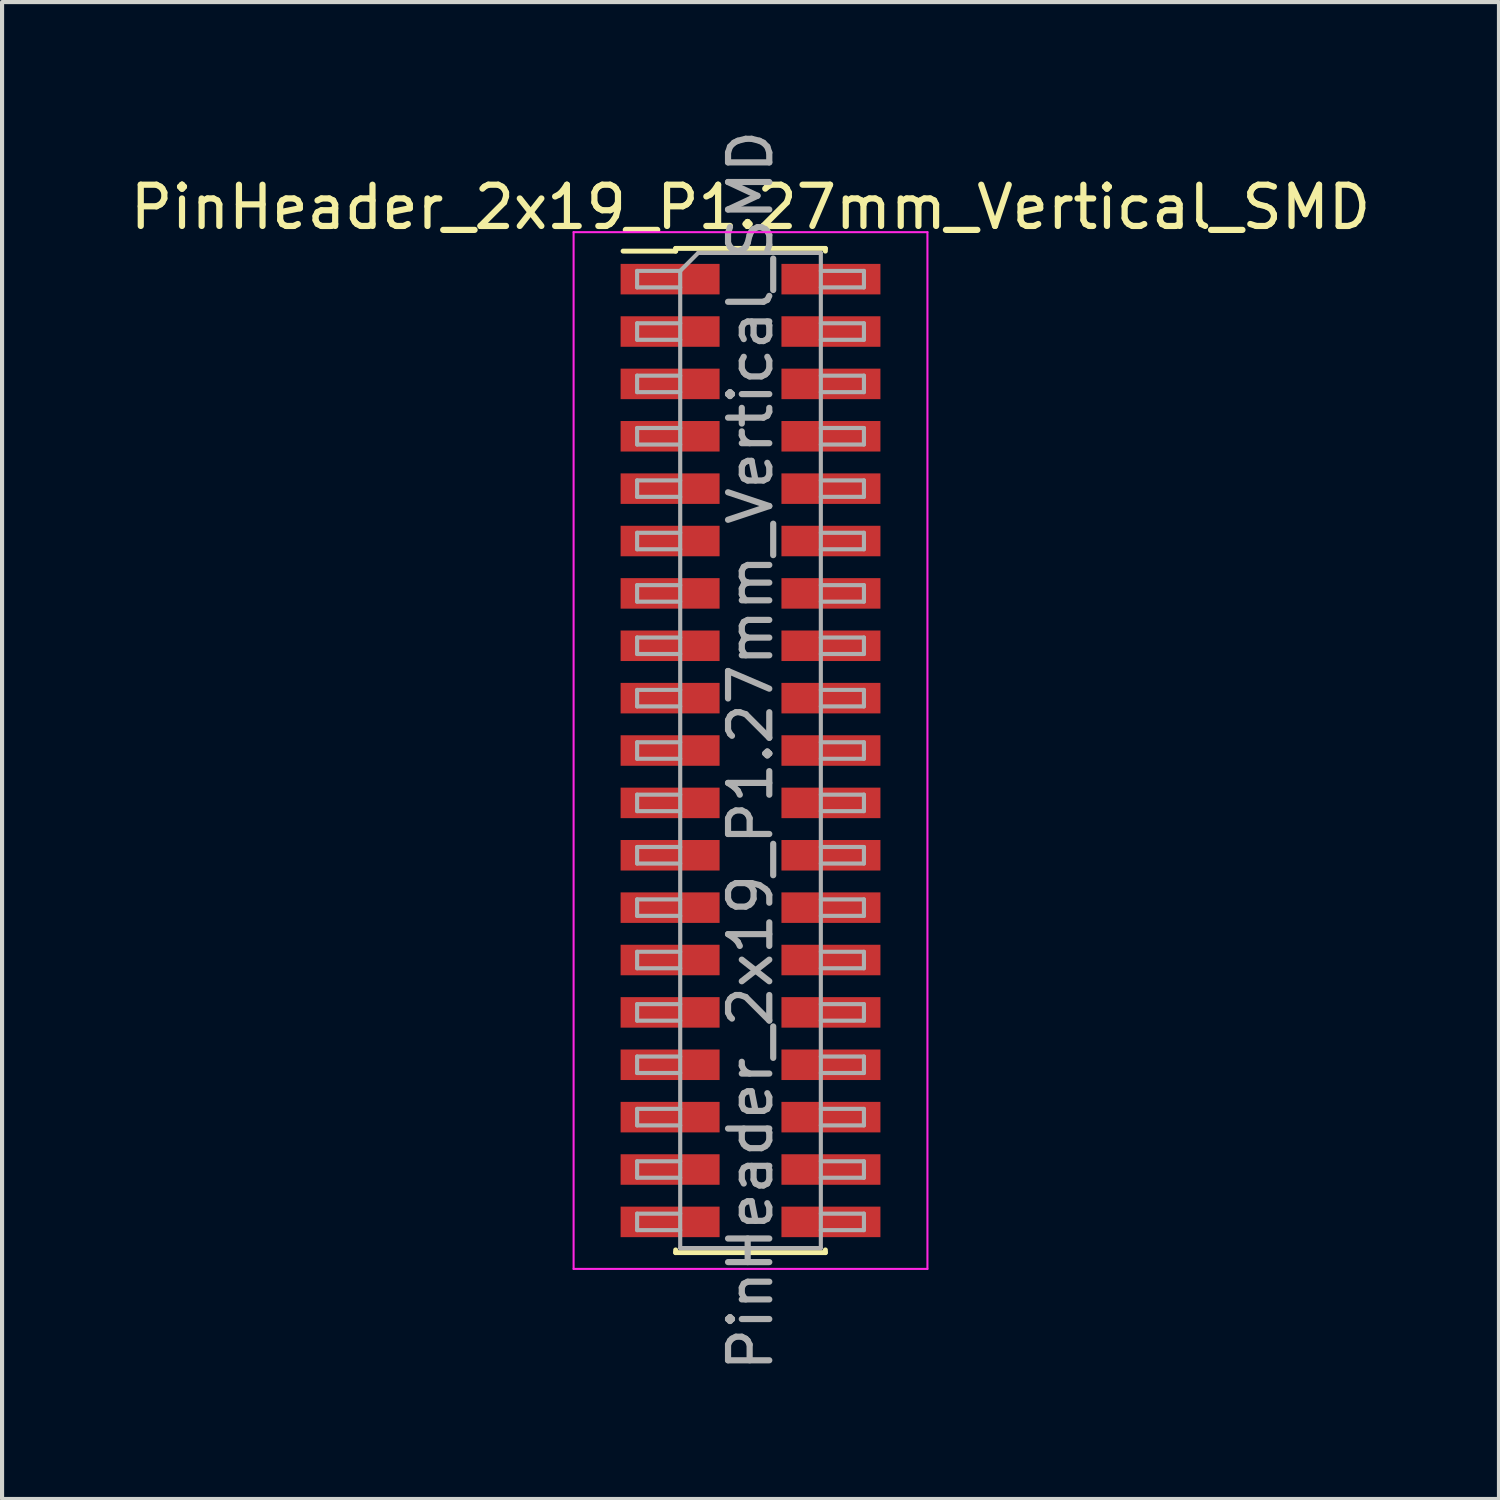
<source format=kicad_pcb>
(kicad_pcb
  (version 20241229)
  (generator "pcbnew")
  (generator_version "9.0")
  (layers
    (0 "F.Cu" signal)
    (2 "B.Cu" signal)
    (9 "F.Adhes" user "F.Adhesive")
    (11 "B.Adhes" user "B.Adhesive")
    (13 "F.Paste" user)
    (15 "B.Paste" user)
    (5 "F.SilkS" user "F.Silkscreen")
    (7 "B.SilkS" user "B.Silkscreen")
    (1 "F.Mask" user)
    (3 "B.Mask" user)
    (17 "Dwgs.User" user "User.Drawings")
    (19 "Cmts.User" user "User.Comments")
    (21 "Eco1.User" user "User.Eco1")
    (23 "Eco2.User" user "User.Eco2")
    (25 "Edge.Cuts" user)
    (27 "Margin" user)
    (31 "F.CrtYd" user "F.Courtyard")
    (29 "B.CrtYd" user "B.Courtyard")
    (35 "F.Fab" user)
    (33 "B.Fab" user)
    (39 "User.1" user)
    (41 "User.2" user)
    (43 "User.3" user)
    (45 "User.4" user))
  (footprint "PinHeader_2x19_P1.27mm_Vertical_SMD"
    (layer "F.Cu")
    (at 15.149 15.149)
    (property "Reference" "PinHeader_2x19_P1.27mm_Vertical_SMD" (at 0 -13.175 0) (layer "F.SilkS") (effects (font (size 1 1) (thickness 0.15))))
    (attr smd)
    (fp_line (start -3.09 -12.11) (end -1.815 -12.11) (stroke (width 0.12) (type solid)) (layer "F.SilkS"))
    (fp_line (start -1.815 -12.175) (end -1.815 -12.11) (stroke (width 0.12) (type solid)) (layer "F.SilkS"))
    (fp_line (start -1.815 -12.175) (end 1.815 -12.175) (stroke (width 0.12) (type solid)) (layer "F.SilkS"))
    (fp_line (start -1.815 12.11) (end -1.815 12.175) (stroke (width 0.12) (type solid)) (layer "F.SilkS"))
    (fp_line (start -1.815 12.175) (end 1.815 12.175) (stroke (width 0.12) (type solid)) (layer "F.SilkS"))
    (fp_line (start 1.815 -12.175) (end 1.815 -12.11) (stroke (width 0.12) (type solid)) (layer "F.SilkS"))
    (fp_line (start 1.815 12.11) (end 1.815 12.175) (stroke (width 0.12) (type solid)) (layer "F.SilkS"))
    (fp_line (start -4.29 -12.57) (end -4.29 12.57) (stroke (width 0.05) (type solid)) (layer "F.CrtYd"))
    (fp_line (start -4.29 12.57) (end 4.29 12.57) (stroke (width 0.05) (type solid)) (layer "F.CrtYd"))
    (fp_line (start 4.29 -12.57) (end -4.29 -12.57) (stroke (width 0.05) (type solid)) (layer "F.CrtYd"))
    (fp_line (start 4.29 12.57) (end 4.29 -12.57) (stroke (width 0.05) (type solid)) (layer "F.CrtYd"))
    (fp_line (start -2.75 -11.63) (end -2.75 -11.23) (stroke (width 0.1) (type solid)) (layer "F.Fab"))
    (fp_line (start -2.75 -11.23) (end -1.705 -11.23) (stroke (width 0.1) (type solid)) (layer "F.Fab"))
    (fp_line (start -2.75 -10.36) (end -2.75 -9.96) (stroke (width 0.1) (type solid)) (layer "F.Fab"))
    (fp_line (start -2.75 -9.96) (end -1.705 -9.96) (stroke (width 0.1) (type solid)) (layer "F.Fab"))
    (fp_line (start -2.75 -9.09) (end -2.75 -8.69) (stroke (width 0.1) (type solid)) (layer "F.Fab"))
    (fp_line (start -2.75 -8.69) (end -1.705 -8.69) (stroke (width 0.1) (type solid)) (layer "F.Fab"))
    (fp_line (start -2.75 -7.82) (end -2.75 -7.42) (stroke (width 0.1) (type solid)) (layer "F.Fab"))
    (fp_line (start -2.75 -7.42) (end -1.705 -7.42) (stroke (width 0.1) (type solid)) (layer "F.Fab"))
    (fp_line (start -2.75 -6.55) (end -2.75 -6.15) (stroke (width 0.1) (type solid)) (layer "F.Fab"))
    (fp_line (start -2.75 -6.15) (end -1.705 -6.15) (stroke (width 0.1) (type solid)) (layer "F.Fab"))
    (fp_line (start -2.75 -5.28) (end -2.75 -4.88) (stroke (width 0.1) (type solid)) (layer "F.Fab"))
    (fp_line (start -2.75 -4.88) (end -1.705 -4.88) (stroke (width 0.1) (type solid)) (layer "F.Fab"))
    (fp_line (start -2.75 -4.01) (end -2.75 -3.61) (stroke (width 0.1) (type solid)) (layer "F.Fab"))
    (fp_line (start -2.75 -3.61) (end -1.705 -3.61) (stroke (width 0.1) (type solid)) (layer "F.Fab"))
    (fp_line (start -2.75 -2.74) (end -2.75 -2.34) (stroke (width 0.1) (type solid)) (layer "F.Fab"))
    (fp_line (start -2.75 -2.34) (end -1.705 -2.34) (stroke (width 0.1) (type solid)) (layer "F.Fab"))
    (fp_line (start -2.75 -1.47) (end -2.75 -1.07) (stroke (width 0.1) (type solid)) (layer "F.Fab"))
    (fp_line (start -2.75 -1.07) (end -1.705 -1.07) (stroke (width 0.1) (type solid)) (layer "F.Fab"))
    (fp_line (start -2.75 -0.2) (end -2.75 0.2) (stroke (width 0.1) (type solid)) (layer "F.Fab"))
    (fp_line (start -2.75 0.2) (end -1.705 0.2) (stroke (width 0.1) (type solid)) (layer "F.Fab"))
    (fp_line (start -2.75 1.07) (end -2.75 1.47) (stroke (width 0.1) (type solid)) (layer "F.Fab"))
    (fp_line (start -2.75 1.47) (end -1.705 1.47) (stroke (width 0.1) (type solid)) (layer "F.Fab"))
    (fp_line (start -2.75 2.34) (end -2.75 2.74) (stroke (width 0.1) (type solid)) (layer "F.Fab"))
    (fp_line (start -2.75 2.74) (end -1.705 2.74) (stroke (width 0.1) (type solid)) (layer "F.Fab"))
    (fp_line (start -2.75 3.61) (end -2.75 4.01) (stroke (width 0.1) (type solid)) (layer "F.Fab"))
    (fp_line (start -2.75 4.01) (end -1.705 4.01) (stroke (width 0.1) (type solid)) (layer "F.Fab"))
    (fp_line (start -2.75 4.88) (end -2.75 5.28) (stroke (width 0.1) (type solid)) (layer "F.Fab"))
    (fp_line (start -2.75 5.28) (end -1.705 5.28) (stroke (width 0.1) (type solid)) (layer "F.Fab"))
    (fp_line (start -2.75 6.15) (end -2.75 6.55) (stroke (width 0.1) (type solid)) (layer "F.Fab"))
    (fp_line (start -2.75 6.55) (end -1.705 6.55) (stroke (width 0.1) (type solid)) (layer "F.Fab"))
    (fp_line (start -2.75 7.42) (end -2.75 7.82) (stroke (width 0.1) (type solid)) (layer "F.Fab"))
    (fp_line (start -2.75 7.82) (end -1.705 7.82) (stroke (width 0.1) (type solid)) (layer "F.Fab"))
    (fp_line (start -2.75 8.69) (end -2.75 9.09) (stroke (width 0.1) (type solid)) (layer "F.Fab"))
    (fp_line (start -2.75 9.09) (end -1.705 9.09) (stroke (width 0.1) (type solid)) (layer "F.Fab"))
    (fp_line (start -2.75 9.96) (end -2.75 10.36) (stroke (width 0.1) (type solid)) (layer "F.Fab"))
    (fp_line (start -2.75 10.36) (end -1.705 10.36) (stroke (width 0.1) (type solid)) (layer "F.Fab"))
    (fp_line (start -2.75 11.23) (end -2.75 11.63) (stroke (width 0.1) (type solid)) (layer "F.Fab"))
    (fp_line (start -2.75 11.63) (end -1.705 11.63) (stroke (width 0.1) (type solid)) (layer "F.Fab"))
    (fp_line (start -1.705 -11.63) (end -2.75 -11.63) (stroke (width 0.1) (type solid)) (layer "F.Fab"))
    (fp_line (start -1.705 -11.63) (end -1.27 -12.065) (stroke (width 0.1) (type solid)) (layer "F.Fab"))
    (fp_line (start -1.705 -10.36) (end -2.75 -10.36) (stroke (width 0.1) (type solid)) (layer "F.Fab"))
    (fp_line (start -1.705 -9.09) (end -2.75 -9.09) (stroke (width 0.1) (type solid)) (layer "F.Fab"))
    (fp_line (start -1.705 -7.82) (end -2.75 -7.82) (stroke (width 0.1) (type solid)) (layer "F.Fab"))
    (fp_line (start -1.705 -6.55) (end -2.75 -6.55) (stroke (width 0.1) (type solid)) (layer "F.Fab"))
    (fp_line (start -1.705 -5.28) (end -2.75 -5.28) (stroke (width 0.1) (type solid)) (layer "F.Fab"))
    (fp_line (start -1.705 -4.01) (end -2.75 -4.01) (stroke (width 0.1) (type solid)) (layer "F.Fab"))
    (fp_line (start -1.705 -2.74) (end -2.75 -2.74) (stroke (width 0.1) (type solid)) (layer "F.Fab"))
    (fp_line (start -1.705 -1.47) (end -2.75 -1.47) (stroke (width 0.1) (type solid)) (layer "F.Fab"))
    (fp_line (start -1.705 -0.2) (end -2.75 -0.2) (stroke (width 0.1) (type solid)) (layer "F.Fab"))
    (fp_line (start -1.705 1.07) (end -2.75 1.07) (stroke (width 0.1) (type solid)) (layer "F.Fab"))
    (fp_line (start -1.705 2.34) (end -2.75 2.34) (stroke (width 0.1) (type solid)) (layer "F.Fab"))
    (fp_line (start -1.705 3.61) (end -2.75 3.61) (stroke (width 0.1) (type solid)) (layer "F.Fab"))
    (fp_line (start -1.705 4.88) (end -2.75 4.88) (stroke (width 0.1) (type solid)) (layer "F.Fab"))
    (fp_line (start -1.705 6.15) (end -2.75 6.15) (stroke (width 0.1) (type solid)) (layer "F.Fab"))
    (fp_line (start -1.705 7.42) (end -2.75 7.42) (stroke (width 0.1) (type solid)) (layer "F.Fab"))
    (fp_line (start -1.705 8.69) (end -2.75 8.69) (stroke (width 0.1) (type solid)) (layer "F.Fab"))
    (fp_line (start -1.705 9.96) (end -2.75 9.96) (stroke (width 0.1) (type solid)) (layer "F.Fab"))
    (fp_line (start -1.705 11.23) (end -2.75 11.23) (stroke (width 0.1) (type solid)) (layer "F.Fab"))
    (fp_line (start -1.705 12.065) (end -1.705 -11.63) (stroke (width 0.1) (type solid)) (layer "F.Fab"))
    (fp_line (start -1.27 -12.065) (end 1.705 -12.065) (stroke (width 0.1) (type solid)) (layer "F.Fab"))
    (fp_line (start 1.705 -12.065) (end 1.705 12.065) (stroke (width 0.1) (type solid)) (layer "F.Fab"))
    (fp_line (start 1.705 -11.63) (end 2.75 -11.63) (stroke (width 0.1) (type solid)) (layer "F.Fab"))
    (fp_line (start 1.705 -10.36) (end 2.75 -10.36) (stroke (width 0.1) (type solid)) (layer "F.Fab"))
    (fp_line (start 1.705 -9.09) (end 2.75 -9.09) (stroke (width 0.1) (type solid)) (layer "F.Fab"))
    (fp_line (start 1.705 -7.82) (end 2.75 -7.82) (stroke (width 0.1) (type solid)) (layer "F.Fab"))
    (fp_line (start 1.705 -6.55) (end 2.75 -6.55) (stroke (width 0.1) (type solid)) (layer "F.Fab"))
    (fp_line (start 1.705 -5.28) (end 2.75 -5.28) (stroke (width 0.1) (type solid)) (layer "F.Fab"))
    (fp_line (start 1.705 -4.01) (end 2.75 -4.01) (stroke (width 0.1) (type solid)) (layer "F.Fab"))
    (fp_line (start 1.705 -2.74) (end 2.75 -2.74) (stroke (width 0.1) (type solid)) (layer "F.Fab"))
    (fp_line (start 1.705 -1.47) (end 2.75 -1.47) (stroke (width 0.1) (type solid)) (layer "F.Fab"))
    (fp_line (start 1.705 -0.2) (end 2.75 -0.2) (stroke (width 0.1) (type solid)) (layer "F.Fab"))
    (fp_line (start 1.705 1.07) (end 2.75 1.07) (stroke (width 0.1) (type solid)) (layer "F.Fab"))
    (fp_line (start 1.705 2.34) (end 2.75 2.34) (stroke (width 0.1) (type solid)) (layer "F.Fab"))
    (fp_line (start 1.705 3.61) (end 2.75 3.61) (stroke (width 0.1) (type solid)) (layer "F.Fab"))
    (fp_line (start 1.705 4.88) (end 2.75 4.88) (stroke (width 0.1) (type solid)) (layer "F.Fab"))
    (fp_line (start 1.705 6.15) (end 2.75 6.15) (stroke (width 0.1) (type solid)) (layer "F.Fab"))
    (fp_line (start 1.705 7.42) (end 2.75 7.42) (stroke (width 0.1) (type solid)) (layer "F.Fab"))
    (fp_line (start 1.705 8.69) (end 2.75 8.69) (stroke (width 0.1) (type solid)) (layer "F.Fab"))
    (fp_line (start 1.705 9.96) (end 2.75 9.96) (stroke (width 0.1) (type solid)) (layer "F.Fab"))
    (fp_line (start 1.705 11.23) (end 2.75 11.23) (stroke (width 0.1) (type solid)) (layer "F.Fab"))
    (fp_line (start 1.705 12.065) (end -1.705 12.065) (stroke (width 0.1) (type solid)) (layer "F.Fab"))
    (fp_line (start 2.75 -11.63) (end 2.75 -11.23) (stroke (width 0.1) (type solid)) (layer "F.Fab"))
    (fp_line (start 2.75 -11.23) (end 1.705 -11.23) (stroke (width 0.1) (type solid)) (layer "F.Fab"))
    (fp_line (start 2.75 -10.36) (end 2.75 -9.96) (stroke (width 0.1) (type solid)) (layer "F.Fab"))
    (fp_line (start 2.75 -9.96) (end 1.705 -9.96) (stroke (width 0.1) (type solid)) (layer "F.Fab"))
    (fp_line (start 2.75 -9.09) (end 2.75 -8.69) (stroke (width 0.1) (type solid)) (layer "F.Fab"))
    (fp_line (start 2.75 -8.69) (end 1.705 -8.69) (stroke (width 0.1) (type solid)) (layer "F.Fab"))
    (fp_line (start 2.75 -7.82) (end 2.75 -7.42) (stroke (width 0.1) (type solid)) (layer "F.Fab"))
    (fp_line (start 2.75 -7.42) (end 1.705 -7.42) (stroke (width 0.1) (type solid)) (layer "F.Fab"))
    (fp_line (start 2.75 -6.55) (end 2.75 -6.15) (stroke (width 0.1) (type solid)) (layer "F.Fab"))
    (fp_line (start 2.75 -6.15) (end 1.705 -6.15) (stroke (width 0.1) (type solid)) (layer "F.Fab"))
    (fp_line (start 2.75 -5.28) (end 2.75 -4.88) (stroke (width 0.1) (type solid)) (layer "F.Fab"))
    (fp_line (start 2.75 -4.88) (end 1.705 -4.88) (stroke (width 0.1) (type solid)) (layer "F.Fab"))
    (fp_line (start 2.75 -4.01) (end 2.75 -3.61) (stroke (width 0.1) (type solid)) (layer "F.Fab"))
    (fp_line (start 2.75 -3.61) (end 1.705 -3.61) (stroke (width 0.1) (type solid)) (layer "F.Fab"))
    (fp_line (start 2.75 -2.74) (end 2.75 -2.34) (stroke (width 0.1) (type solid)) (layer "F.Fab"))
    (fp_line (start 2.75 -2.34) (end 1.705 -2.34) (stroke (width 0.1) (type solid)) (layer "F.Fab"))
    (fp_line (start 2.75 -1.47) (end 2.75 -1.07) (stroke (width 0.1) (type solid)) (layer "F.Fab"))
    (fp_line (start 2.75 -1.07) (end 1.705 -1.07) (stroke (width 0.1) (type solid)) (layer "F.Fab"))
    (fp_line (start 2.75 -0.2) (end 2.75 0.2) (stroke (width 0.1) (type solid)) (layer "F.Fab"))
    (fp_line (start 2.75 0.2) (end 1.705 0.2) (stroke (width 0.1) (type solid)) (layer "F.Fab"))
    (fp_line (start 2.75 1.07) (end 2.75 1.47) (stroke (width 0.1) (type solid)) (layer "F.Fab"))
    (fp_line (start 2.75 1.47) (end 1.705 1.47) (stroke (width 0.1) (type solid)) (layer "F.Fab"))
    (fp_line (start 2.75 2.34) (end 2.75 2.74) (stroke (width 0.1) (type solid)) (layer "F.Fab"))
    (fp_line (start 2.75 2.74) (end 1.705 2.74) (stroke (width 0.1) (type solid)) (layer "F.Fab"))
    (fp_line (start 2.75 3.61) (end 2.75 4.01) (stroke (width 0.1) (type solid)) (layer "F.Fab"))
    (fp_line (start 2.75 4.01) (end 1.705 4.01) (stroke (width 0.1) (type solid)) (layer "F.Fab"))
    (fp_line (start 2.75 4.88) (end 2.75 5.28) (stroke (width 0.1) (type solid)) (layer "F.Fab"))
    (fp_line (start 2.75 5.28) (end 1.705 5.28) (stroke (width 0.1) (type solid)) (layer "F.Fab"))
    (fp_line (start 2.75 6.15) (end 2.75 6.55) (stroke (width 0.1) (type solid)) (layer "F.Fab"))
    (fp_line (start 2.75 6.55) (end 1.705 6.55) (stroke (width 0.1) (type solid)) (layer "F.Fab"))
    (fp_line (start 2.75 7.42) (end 2.75 7.82) (stroke (width 0.1) (type solid)) (layer "F.Fab"))
    (fp_line (start 2.75 7.82) (end 1.705 7.82) (stroke (width 0.1) (type solid)) (layer "F.Fab"))
    (fp_line (start 2.75 8.69) (end 2.75 9.09) (stroke (width 0.1) (type solid)) (layer "F.Fab"))
    (fp_line (start 2.75 9.09) (end 1.705 9.09) (stroke (width 0.1) (type solid)) (layer "F.Fab"))
    (fp_line (start 2.75 9.96) (end 2.75 10.36) (stroke (width 0.1) (type solid)) (layer "F.Fab"))
    (fp_line (start 2.75 10.36) (end 1.705 10.36) (stroke (width 0.1) (type solid)) (layer "F.Fab"))
    (fp_line (start 2.75 11.23) (end 2.75 11.63) (stroke (width 0.1) (type solid)) (layer "F.Fab"))
    (fp_line (start 2.75 11.63) (end 1.705 11.63) (stroke (width 0.1) (type solid)) (layer "F.Fab"))
    (fp_text user "${REFERENCE}" (at 0 0 90) (layer "F.Fab") (effects (font (size 1 1) (thickness 0.15))))
    (pad "1" smd rect (at -1.95 -11.43) (size 2.4 0.74) (layers "F.Cu" "F.Mask" "F.Paste"))
    (pad "2" smd rect (at 1.95 -11.43) (size 2.4 0.74) (layers "F.Cu" "F.Mask" "F.Paste"))
    (pad "3" smd rect (at -1.95 -10.16) (size 2.4 0.74) (layers "F.Cu" "F.Mask" "F.Paste"))
    (pad "4" smd rect (at 1.95 -10.16) (size 2.4 0.74) (layers "F.Cu" "F.Mask" "F.Paste"))
    (pad "5" smd rect (at -1.95 -8.89) (size 2.4 0.74) (layers "F.Cu" "F.Mask" "F.Paste"))
    (pad "6" smd rect (at 1.95 -8.89) (size 2.4 0.74) (layers "F.Cu" "F.Mask" "F.Paste"))
    (pad "7" smd rect (at -1.95 -7.62) (size 2.4 0.74) (layers "F.Cu" "F.Mask" "F.Paste"))
    (pad "8" smd rect (at 1.95 -7.62) (size 2.4 0.74) (layers "F.Cu" "F.Mask" "F.Paste"))
    (pad "9" smd rect (at -1.95 -6.35) (size 2.4 0.74) (layers "F.Cu" "F.Mask" "F.Paste"))
    (pad "10" smd rect (at 1.95 -6.35) (size 2.4 0.74) (layers "F.Cu" "F.Mask" "F.Paste"))
    (pad "11" smd rect (at -1.95 -5.08) (size 2.4 0.74) (layers "F.Cu" "F.Mask" "F.Paste"))
    (pad "12" smd rect (at 1.95 -5.08) (size 2.4 0.74) (layers "F.Cu" "F.Mask" "F.Paste"))
    (pad "13" smd rect (at -1.95 -3.81) (size 2.4 0.74) (layers "F.Cu" "F.Mask" "F.Paste"))
    (pad "14" smd rect (at 1.95 -3.81) (size 2.4 0.74) (layers "F.Cu" "F.Mask" "F.Paste"))
    (pad "15" smd rect (at -1.95 -2.54) (size 2.4 0.74) (layers "F.Cu" "F.Mask" "F.Paste"))
    (pad "16" smd rect (at 1.95 -2.54) (size 2.4 0.74) (layers "F.Cu" "F.Mask" "F.Paste"))
    (pad "17" smd rect (at -1.95 -1.27) (size 2.4 0.74) (layers "F.Cu" "F.Mask" "F.Paste"))
    (pad "18" smd rect (at 1.95 -1.27) (size 2.4 0.74) (layers "F.Cu" "F.Mask" "F.Paste"))
    (pad "19" smd rect (at -1.95 0) (size 2.4 0.74) (layers "F.Cu" "F.Mask" "F.Paste"))
    (pad "20" smd rect (at 1.95 0) (size 2.4 0.74) (layers "F.Cu" "F.Mask" "F.Paste"))
    (pad "21" smd rect (at -1.95 1.27) (size 2.4 0.74) (layers "F.Cu" "F.Mask" "F.Paste"))
    (pad "22" smd rect (at 1.95 1.27) (size 2.4 0.74) (layers "F.Cu" "F.Mask" "F.Paste"))
    (pad "23" smd rect (at -1.95 2.54) (size 2.4 0.74) (layers "F.Cu" "F.Mask" "F.Paste"))
    (pad "24" smd rect (at 1.95 2.54) (size 2.4 0.74) (layers "F.Cu" "F.Mask" "F.Paste"))
    (pad "25" smd rect (at -1.95 3.81) (size 2.4 0.74) (layers "F.Cu" "F.Mask" "F.Paste"))
    (pad "26" smd rect (at 1.95 3.81) (size 2.4 0.74) (layers "F.Cu" "F.Mask" "F.Paste"))
    (pad "27" smd rect (at -1.95 5.08) (size 2.4 0.74) (layers "F.Cu" "F.Mask" "F.Paste"))
    (pad "28" smd rect (at 1.95 5.08) (size 2.4 0.74) (layers "F.Cu" "F.Mask" "F.Paste"))
    (pad "29" smd rect (at -1.95 6.35) (size 2.4 0.74) (layers "F.Cu" "F.Mask" "F.Paste"))
    (pad "30" smd rect (at 1.95 6.35) (size 2.4 0.74) (layers "F.Cu" "F.Mask" "F.Paste"))
    (pad "31" smd rect (at -1.95 7.62) (size 2.4 0.74) (layers "F.Cu" "F.Mask" "F.Paste"))
    (pad "32" smd rect (at 1.95 7.62) (size 2.4 0.74) (layers "F.Cu" "F.Mask" "F.Paste"))
    (pad "33" smd rect (at -1.95 8.89) (size 2.4 0.74) (layers "F.Cu" "F.Mask" "F.Paste"))
    (pad "34" smd rect (at 1.95 8.89) (size 2.4 0.74) (layers "F.Cu" "F.Mask" "F.Paste"))
    (pad "35" smd rect (at -1.95 10.16) (size 2.4 0.74) (layers "F.Cu" "F.Mask" "F.Paste"))
    (pad "36" smd rect (at 1.95 10.16) (size 2.4 0.74) (layers "F.Cu" "F.Mask" "F.Paste"))
    (pad "37" smd rect (at -1.95 11.43) (size 2.4 0.74) (layers "F.Cu" "F.Mask" "F.Paste"))
    (pad "38" smd rect (at 1.95 11.43) (size 2.4 0.74) (layers "F.Cu" "F.Mask" "F.Paste")))
  (gr_rect
    (start -3 -3)
    (end 33.298 33.298)
    (stroke (width 0.1) (type default))
    (fill no)
    (layer "Edge.Cuts")))
</source>
